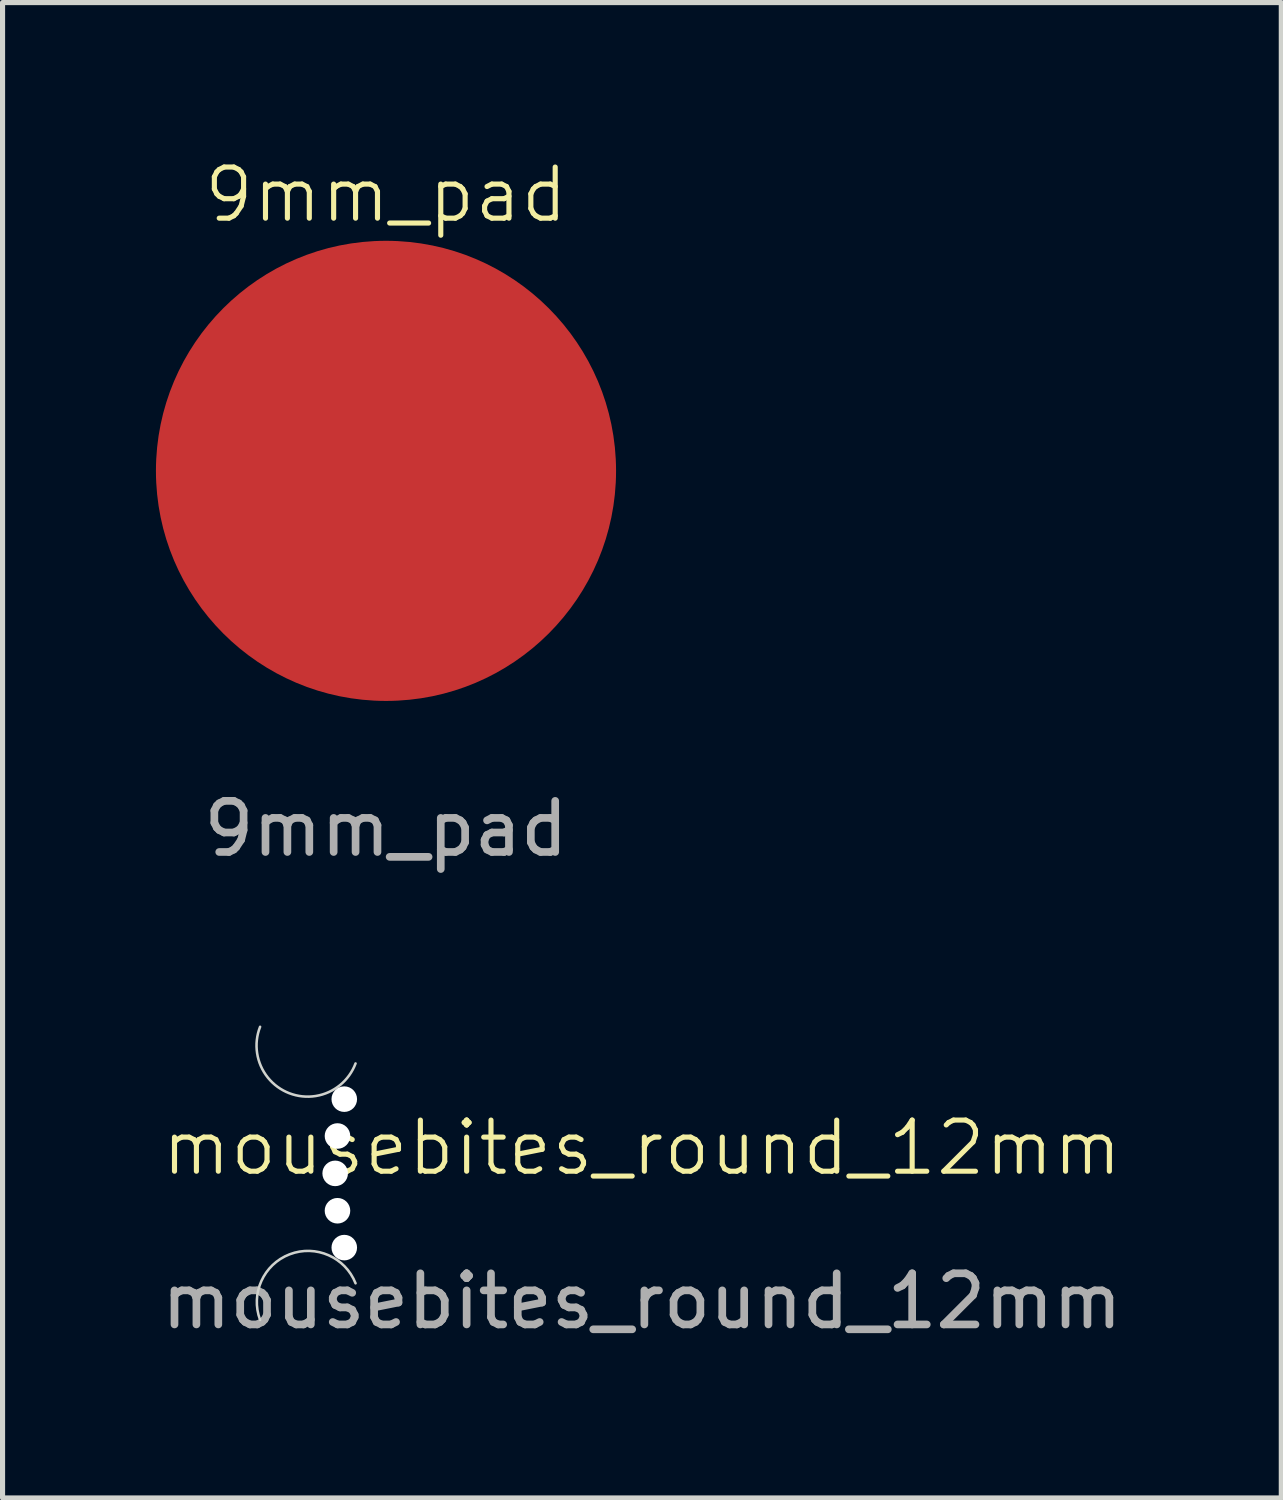
<source format=kicad_pcb>
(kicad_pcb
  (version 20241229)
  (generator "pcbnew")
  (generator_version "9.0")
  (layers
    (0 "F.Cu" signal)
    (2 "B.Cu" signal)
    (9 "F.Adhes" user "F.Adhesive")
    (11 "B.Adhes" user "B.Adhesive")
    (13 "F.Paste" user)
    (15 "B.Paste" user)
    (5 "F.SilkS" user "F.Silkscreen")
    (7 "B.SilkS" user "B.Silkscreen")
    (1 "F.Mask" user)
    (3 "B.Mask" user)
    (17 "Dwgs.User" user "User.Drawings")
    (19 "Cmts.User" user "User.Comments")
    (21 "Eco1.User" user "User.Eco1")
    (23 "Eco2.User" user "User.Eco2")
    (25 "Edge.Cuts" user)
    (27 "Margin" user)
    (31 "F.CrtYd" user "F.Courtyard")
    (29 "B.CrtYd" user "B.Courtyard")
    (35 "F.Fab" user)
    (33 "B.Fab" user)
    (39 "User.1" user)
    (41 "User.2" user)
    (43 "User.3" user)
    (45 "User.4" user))
  (footprint "9mm_pad"
    (layer "F.Cu")
    (at 4.5 6.16)
    (property "Reference" "9mm_pad" (at 0 -5.4 0) (unlocked yes) (layer "F.SilkS") (effects (font (size 1 1) (thickness 0.1))))
    (attr smd)
    (fp_text user "${REFERENCE}" (at 0 7 0) (unlocked yes) (layer "F.Fab") (effects (font (size 1 1) (thickness 0.15))))
    (pad "1" smd circle (at 0 0) (size 9 9) (layers "F.Cu" "F.Mask" "F.Paste")))
  (footprint "mousebites_round_12mm"
    (layer "F.Cu")
    (at 9.506 19.901)
    (property "Reference" "mousebites_round_12mm" (at 0 -0.5 0) (unlocked yes) (layer "F.SilkS") (effects (font (size 1 1) (thickness 0.1))))
    (attr smd board_only exclude_from_pos_files exclude_from_bom dnp)
    (fp_arc (start -7.468645 2.866938) (mid -6.893429 1.574992) (end -5.601483 2.150208) (stroke (width 0.05) (type default)) (layer "Edge.Cuts"))
    (fp_arc (start -5.601483 -2.150208) (mid -6.893429 -1.574992) (end -7.468645 -2.866938) (stroke (width 0.05) (type default)) (layer "Edge.Cuts"))
    (fp_text user "${REFERENCE}" (at 0 2.5 0) (unlocked yes) (layer "F.Fab") (effects (font (size 1 1) (thickness 0.15))))
    (pad "" np_thru_hole circle (at -6 0) (size 0.5 0.5) (drill 0.5) (layers "*.Cu" "*.Mask"))
    (pad "" np_thru_hole circle (at -5.955 -0.731) (size 0.5 0.5) (drill 0.5) (layers "*.Cu" "*.Mask"))
    (pad "" np_thru_hole circle (at -5.955 0.731) (size 0.5 0.5) (drill 0.5) (layers "*.Cu" "*.Mask"))
    (pad "" np_thru_hole circle (at -5.822 -1.452) (size 0.5 0.5) (drill 0.5) (layers "*.Cu" "*.Mask"))
    (pad "" np_thru_hole circle (at -5.822 1.452) (size 0.5 0.5) (drill 0.5) (layers "*.Cu" "*.Mask")))
  (gr_rect
    (start -3 -3)
    (end 22.012 26.249)
    (stroke (width 0.1) (type default))
    (fill no)
    (layer "Edge.Cuts")))
</source>
